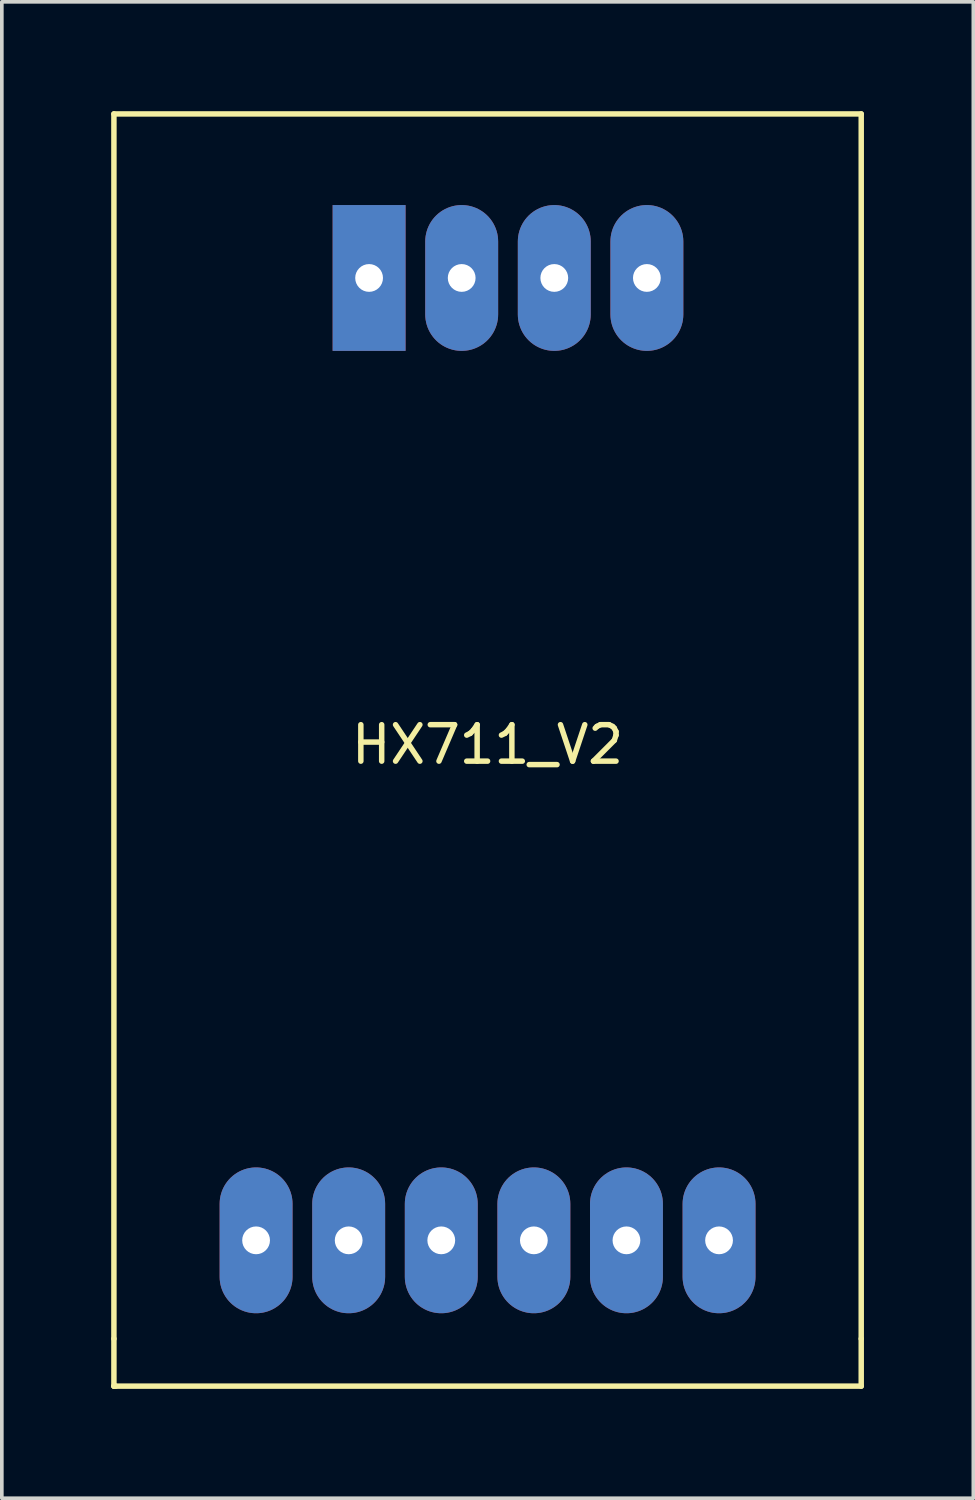
<source format=kicad_pcb>
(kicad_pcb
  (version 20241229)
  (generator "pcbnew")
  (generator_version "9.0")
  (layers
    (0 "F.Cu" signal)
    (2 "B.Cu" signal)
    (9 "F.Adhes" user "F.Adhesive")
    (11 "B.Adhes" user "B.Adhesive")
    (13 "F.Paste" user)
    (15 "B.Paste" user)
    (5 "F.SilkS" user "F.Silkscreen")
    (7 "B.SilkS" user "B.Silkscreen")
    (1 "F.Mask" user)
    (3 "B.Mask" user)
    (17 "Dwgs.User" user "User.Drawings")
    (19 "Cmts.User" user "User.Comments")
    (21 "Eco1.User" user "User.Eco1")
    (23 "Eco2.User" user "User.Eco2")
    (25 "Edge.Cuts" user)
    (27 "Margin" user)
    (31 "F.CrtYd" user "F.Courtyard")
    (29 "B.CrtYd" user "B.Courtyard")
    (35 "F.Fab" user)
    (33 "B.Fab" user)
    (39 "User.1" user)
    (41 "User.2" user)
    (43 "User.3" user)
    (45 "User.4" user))
  (footprint "HX711_V2"
    (layer "F.Cu")
    (at 10.325 16.875)
    (property "Reference" "HX711_V2" (at 0 0.5 0) (layer "F.SilkS") (effects (font (size 1 1) (thickness 0.15))))
    (attr through_hole)
    (fp_line (start -10.25 -16.8) (end 10.25 -16.8) (stroke (width 0.15) (type solid)) (layer "F.SilkS"))
    (fp_line (start -10.25 16.8) (end -10.25 -16.8) (stroke (width 0.15) (type solid)) (layer "F.SilkS"))
    (fp_line (start -10.25 16.8) (end -10.25 18.1) (stroke (width 0.15) (type solid)) (layer "F.SilkS"))
    (fp_line (start -10.25 18.1) (end -10.2 18.1) (stroke (width 0.15) (type solid)) (layer "F.SilkS"))
    (fp_line (start 10.25 -16.8) (end 10.25 16.8) (stroke (width 0.15) (type solid)) (layer "F.SilkS"))
    (fp_line (start 10.25 16.8) (end 10.25 18.1) (stroke (width 0.15) (type solid)) (layer "F.SilkS"))
    (fp_line (start 10.25 18.1) (end -10.25 18.1) (stroke (width 0.15) (type solid)) (layer "F.SilkS"))
    (pad "1" thru_hole rect (at -3.25 -12.3) (size 2 4) (drill 0.762) (layers "*.Cu" "*.Mask"))
    (pad "2" thru_hole oval (at -0.71 -12.3) (size 2 4) (drill 0.762) (layers "*.Cu" "*.Mask"))
    (pad "3" thru_hole oval (at 1.83 -12.3) (size 2 4) (drill 0.762) (layers "*.Cu" "*.Mask"))
    (pad "4" thru_hole oval (at 4.37 -12.3) (size 2 4) (drill 0.762) (layers "*.Cu" "*.Mask"))
    (pad "5" thru_hole oval (at -6.35 14.1) (size 2 4) (drill 0.762) (layers "*.Cu" "*.Mask"))
    (pad "6" thru_hole oval (at -3.81 14.1) (size 2 4) (drill 0.762) (layers "*.Cu" "*.Mask"))
    (pad "7" thru_hole oval (at -1.27 14.1) (size 2 4) (drill 0.762) (layers "*.Cu" "*.Mask"))
    (pad "8" thru_hole oval (at 1.27 14.1) (size 2 4) (drill 0.762) (layers "*.Cu" "*.Mask"))
    (pad "9" thru_hole oval (at 3.81 14.1) (size 2 4) (drill 0.762) (layers "*.Cu" "*.Mask"))
    (pad "10" thru_hole oval (at 6.35 14.1) (size 2 4) (drill 0.762) (layers "*.Cu" "*.Mask")))
  (gr_rect
    (start -3 -3)
    (end 23.65 38.05)
    (stroke (width 0.1) (type default))
    (fill no)
    (layer "Edge.Cuts")))
</source>
